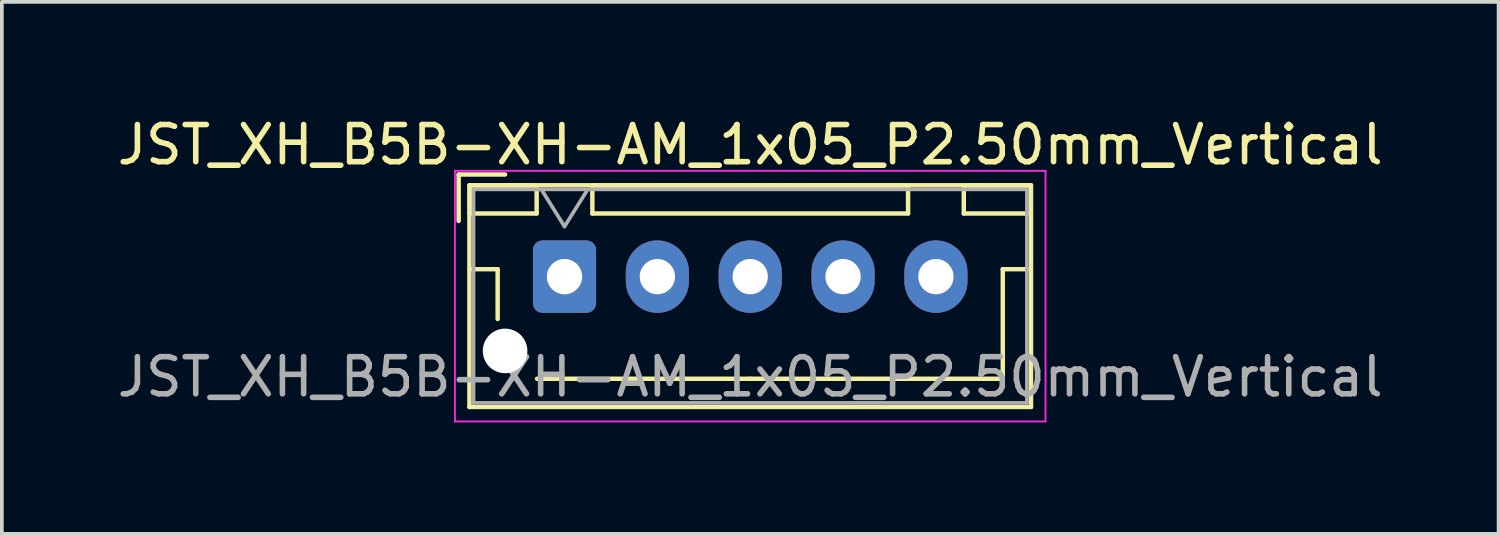
<source format=kicad_pcb>
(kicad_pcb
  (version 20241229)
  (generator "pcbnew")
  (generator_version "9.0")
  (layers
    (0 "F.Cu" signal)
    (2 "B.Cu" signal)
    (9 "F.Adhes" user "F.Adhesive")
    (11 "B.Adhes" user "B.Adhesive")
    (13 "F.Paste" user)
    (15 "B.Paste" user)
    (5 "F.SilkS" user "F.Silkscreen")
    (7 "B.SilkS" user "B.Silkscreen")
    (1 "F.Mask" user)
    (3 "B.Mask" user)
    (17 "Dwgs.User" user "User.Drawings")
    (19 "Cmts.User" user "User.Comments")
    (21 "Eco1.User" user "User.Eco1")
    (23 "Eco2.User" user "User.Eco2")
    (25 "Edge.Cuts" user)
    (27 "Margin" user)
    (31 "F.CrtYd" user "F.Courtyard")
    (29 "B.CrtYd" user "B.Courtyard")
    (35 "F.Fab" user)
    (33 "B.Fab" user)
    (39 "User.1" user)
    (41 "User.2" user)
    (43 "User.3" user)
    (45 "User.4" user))
  (footprint "JST_XH_B5B-XH-AM_1x05_P2.50mm_Vertical"
    (layer "F.Cu")
    (at 12.149 4.398)
    (property "Reference" "JST_XH_B5B-XH-AM_1x05_P2.50mm_Vertical" (at 5 -3.55 0) (layer "F.SilkS") (effects (font (size 1 1) (thickness 0.15))))
    (attr through_hole)
    (fp_line (start -2.85 -2.75) (end -2.85 -1.5) (stroke (width 0.12) (type solid)) (layer "F.SilkS"))
    (fp_line (start -2.56 -2.46) (end -2.56 3.51) (stroke (width 0.12) (type solid)) (layer "F.SilkS"))
    (fp_line (start -2.56 3.51) (end 12.56 3.51) (stroke (width 0.12) (type solid)) (layer "F.SilkS"))
    (fp_line (start -2.55 -2.45) (end -2.55 -1.7) (stroke (width 0.12) (type solid)) (layer "F.SilkS"))
    (fp_line (start -2.55 -1.7) (end -0.75 -1.7) (stroke (width 0.12) (type solid)) (layer "F.SilkS"))
    (fp_line (start -2.55 -0.2) (end -1.8 -0.2) (stroke (width 0.12) (type solid)) (layer "F.SilkS"))
    (fp_line (start -1.8 -0.2) (end -1.8 1.14) (stroke (width 0.12) (type solid)) (layer "F.SilkS"))
    (fp_line (start -1.6 -2.75) (end -2.85 -2.75) (stroke (width 0.12) (type solid)) (layer "F.SilkS"))
    (fp_line (start -0.75 -2.45) (end -2.55 -2.45) (stroke (width 0.12) (type solid)) (layer "F.SilkS"))
    (fp_line (start -0.75 -1.7) (end -0.75 -2.45) (stroke (width 0.12) (type solid)) (layer "F.SilkS"))
    (fp_line (start 0.75 -2.45) (end 0.75 -1.7) (stroke (width 0.12) (type solid)) (layer "F.SilkS"))
    (fp_line (start 0.75 -1.7) (end 9.25 -1.7) (stroke (width 0.12) (type solid)) (layer "F.SilkS"))
    (fp_line (start 5 2.75) (end -0.74 2.75) (stroke (width 0.12) (type solid)) (layer "F.SilkS"))
    (fp_line (start 9.25 -2.45) (end 0.75 -2.45) (stroke (width 0.12) (type solid)) (layer "F.SilkS"))
    (fp_line (start 9.25 -1.7) (end 9.25 -2.45) (stroke (width 0.12) (type solid)) (layer "F.SilkS"))
    (fp_line (start 10.75 -2.45) (end 10.75 -1.7) (stroke (width 0.12) (type solid)) (layer "F.SilkS"))
    (fp_line (start 10.75 -1.7) (end 12.55 -1.7) (stroke (width 0.12) (type solid)) (layer "F.SilkS"))
    (fp_line (start 11.8 -0.2) (end 11.8 2.75) (stroke (width 0.12) (type solid)) (layer "F.SilkS"))
    (fp_line (start 11.8 2.75) (end 5 2.75) (stroke (width 0.12) (type solid)) (layer "F.SilkS"))
    (fp_line (start 12.55 -2.45) (end 10.75 -2.45) (stroke (width 0.12) (type solid)) (layer "F.SilkS"))
    (fp_line (start 12.55 -1.7) (end 12.55 -2.45) (stroke (width 0.12) (type solid)) (layer "F.SilkS"))
    (fp_line (start 12.55 -0.2) (end 11.8 -0.2) (stroke (width 0.12) (type solid)) (layer "F.SilkS"))
    (fp_line (start 12.56 -2.46) (end -2.56 -2.46) (stroke (width 0.12) (type solid)) (layer "F.SilkS"))
    (fp_line (start 12.56 3.51) (end 12.56 -2.46) (stroke (width 0.12) (type solid)) (layer "F.SilkS"))
    (fp_line (start -2.95 -2.85) (end -2.95 3.9) (stroke (width 0.05) (type solid)) (layer "F.CrtYd"))
    (fp_line (start -2.95 3.9) (end 12.95 3.9) (stroke (width 0.05) (type solid)) (layer "F.CrtYd"))
    (fp_line (start 12.95 -2.85) (end -2.95 -2.85) (stroke (width 0.05) (type solid)) (layer "F.CrtYd"))
    (fp_line (start 12.95 3.9) (end 12.95 -2.85) (stroke (width 0.05) (type solid)) (layer "F.CrtYd"))
    (fp_line (start -2.45 -2.35) (end -2.45 3.4) (stroke (width 0.1) (type solid)) (layer "F.Fab"))
    (fp_line (start -2.45 3.4) (end 12.45 3.4) (stroke (width 0.1) (type solid)) (layer "F.Fab"))
    (fp_line (start -0.625 -2.35) (end 0 -1.35) (stroke (width 0.1) (type solid)) (layer "F.Fab"))
    (fp_line (start 0 -1.35) (end 0.625 -2.35) (stroke (width 0.1) (type solid)) (layer "F.Fab"))
    (fp_line (start 12.45 -2.35) (end -2.45 -2.35) (stroke (width 0.1) (type solid)) (layer "F.Fab"))
    (fp_line (start 12.45 3.4) (end 12.45 -2.35) (stroke (width 0.1) (type solid)) (layer "F.Fab"))
    (fp_text user "${REFERENCE}" (at 5 2.7 0) (layer "F.Fab") (effects (font (size 1 1) (thickness 0.15))))
    (pad "" np_thru_hole circle (at -1.6 2) (size 1.2 1.2) (drill 1.2) (layers "*.Cu" "*.Mask"))
    (pad "1" thru_hole roundrect (at 0 0) (size 1.7 1.95) (drill 0.95) (layers "*.Cu" "*.Mask") (roundrect_rratio 0.147))
    (pad "2" thru_hole oval (at 2.5 0) (size 1.7 1.95) (drill 0.95) (layers "*.Cu" "*.Mask"))
    (pad "3" thru_hole oval (at 5 0) (size 1.7 1.95) (drill 0.95) (layers "*.Cu" "*.Mask"))
    (pad "4" thru_hole oval (at 7.5 0) (size 1.7 1.95) (drill 0.95) (layers "*.Cu" "*.Mask"))
    (pad "5" thru_hole oval (at 10 0) (size 1.7 1.95) (drill 0.95) (layers "*.Cu" "*.Mask")))
  (gr_rect
    (start -3 -3)
    (end 37.298 11.323)
    (stroke (width 0.1) (type default))
    (fill no)
    (layer "Edge.Cuts")))
</source>
